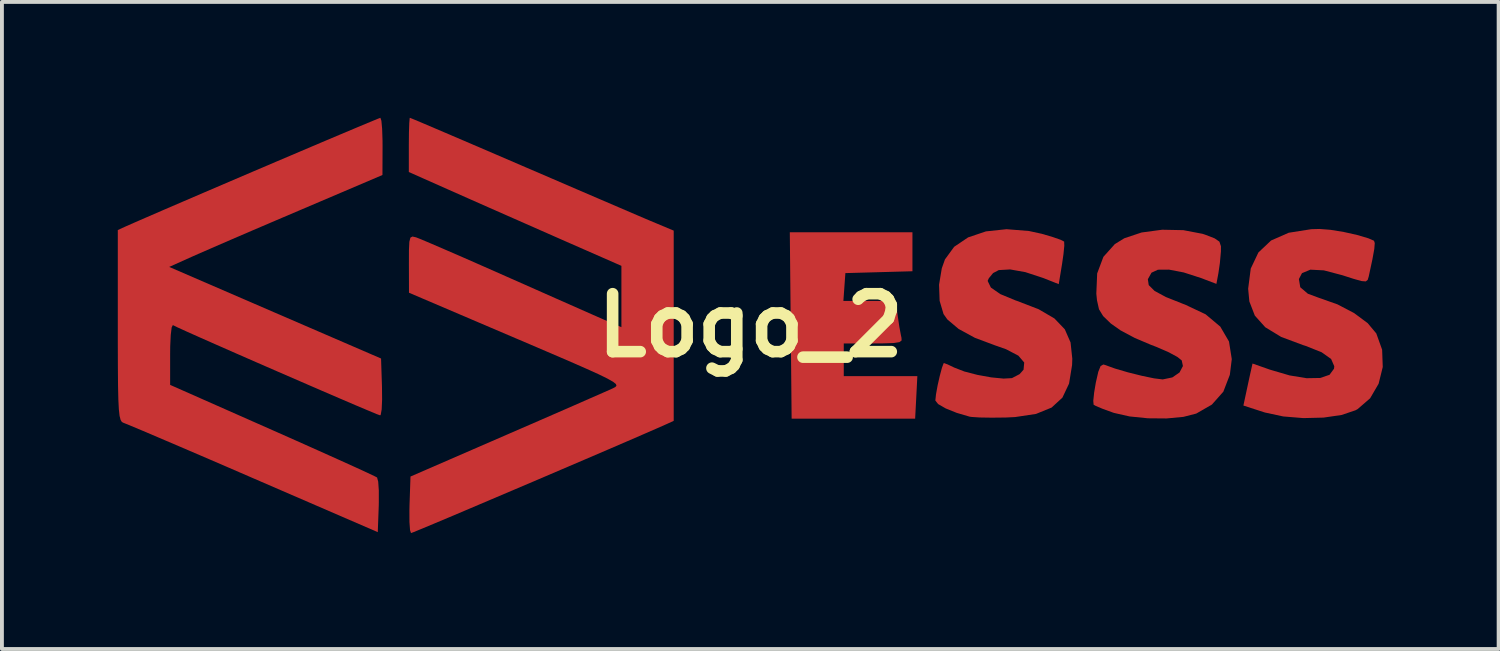
<source format=kicad_pcb>
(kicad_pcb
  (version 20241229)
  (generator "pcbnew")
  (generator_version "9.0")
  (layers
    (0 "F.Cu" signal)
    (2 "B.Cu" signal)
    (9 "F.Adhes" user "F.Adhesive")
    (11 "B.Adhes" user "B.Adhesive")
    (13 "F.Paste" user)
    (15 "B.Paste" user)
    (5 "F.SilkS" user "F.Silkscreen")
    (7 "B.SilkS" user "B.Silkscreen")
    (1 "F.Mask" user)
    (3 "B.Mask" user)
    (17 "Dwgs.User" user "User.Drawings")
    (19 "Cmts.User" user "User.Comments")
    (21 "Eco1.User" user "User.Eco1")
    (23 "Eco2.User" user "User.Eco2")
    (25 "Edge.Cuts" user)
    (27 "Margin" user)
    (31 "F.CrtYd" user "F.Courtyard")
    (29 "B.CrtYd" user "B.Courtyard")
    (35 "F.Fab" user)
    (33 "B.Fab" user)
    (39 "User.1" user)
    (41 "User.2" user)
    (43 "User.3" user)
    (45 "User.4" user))
  (footprint "Logo_2"
    (layer "F.Cu")
    (at 16.383 5.376)
    (property "Reference" "Logo_2" (at 0 0 0) (layer "F.SilkS") (effects (font (size 1.5 1.5) (thickness 0.3))))
    (attr board_only exclude_from_pos_files exclude_from_bom)
    (fp_poly (pts (xy 2.603 -2.413) (xy 4.191 -2.413) (xy 4.191 -1.908) (xy 4.191 -1.403) (xy 3.323 -1.379) (xy 2.455 -1.355) (xy 2.429 -0.995) (xy 2.403 -0.635) (xy 3.08 -0.635) (xy 3.757 -0.635) (xy 3.812 -0.233) (xy 3.853 0.04) (xy 3.894 0.259) (xy 3.907 0.318) (xy 3.911 0.388) (xy 3.855 0.432) (xy 3.709 0.455) (xy 3.443 0.464) (xy 3.181 0.466) (xy 2.413 0.466) (xy 2.413 0.889) (xy 2.413 1.312) (xy 3.365 1.312) (xy 4.318 1.312) (xy 4.29 1.862) (xy 4.261 2.413) (xy 2.662 2.413) (xy 1.063 2.413) (xy 1.04 -0.000052) (xy 1.016 -2.413)) (stroke (width 0) (type solid)) (fill yes) (layer "F.Cu"))
    (fp_poly (pts (xy 15.012 -2.476) (xy 15.358 -2.42) (xy 15.706 -2.342) (xy 15.996 -2.256) (xy 16.141 -2.193) (xy 16.161 -2.133) (xy 16.149 -1.982) (xy 16.101 -1.715) (xy 16.014 -1.31) (xy 16.004 -1.264) (xy 15.978 -1.179) (xy 15.928 -1.14) (xy 15.817 -1.149) (xy 15.611 -1.207) (xy 15.322 -1.3) (xy 14.843 -1.426) (xy 14.495 -1.444) (xy 14.277 -1.354) (xy 14.197 -1.201) (xy 14.232 -0.989) (xy 14.429 -0.821) (xy 14.721 -0.713) (xy 15.195 -0.546) (xy 15.628 -0.319) (xy 15.978 -0.059) (xy 16.201 0.207) (xy 16.352 0.629) (xy 16.368 1.076) (xy 16.261 1.509) (xy 16.041 1.886) (xy 15.719 2.165) (xy 15.663 2.196) (xy 15.303 2.318) (xy 14.835 2.386) (xy 14.313 2.399) (xy 13.79 2.356) (xy 13.32 2.255) (xy 13.281 2.243) (xy 12.76 2.074) (xy 12.837 1.714) (xy 12.895 1.443) (xy 12.945 1.214) (xy 12.955 1.171) (xy 12.996 0.986) (xy 13.445 1.144) (xy 13.956 1.294) (xy 14.396 1.366) (xy 14.747 1.36) (xy 14.99 1.278) (xy 15.106 1.12) (xy 15.113 1.057) (xy 15.031 0.869) (xy 14.785 0.694) (xy 14.372 0.53) (xy 14.302 0.508) (xy 13.737 0.297) (xy 13.326 0.047) (xy 13.056 -0.254) (xy 12.914 -0.621) (xy 12.883 -0.95) (xy 12.95 -1.472) (xy 13.148 -1.889) (xy 13.476 -2.199) (xy 13.933 -2.4) (xy 14.516 -2.492) (xy 14.732 -2.498)) (stroke (width 0) (type solid)) (fill yes) (layer "F.Cu"))
    (fp_poly (pts (xy 7.208 -2.445) (xy 7.539 -2.373) (xy 7.821 -2.29) (xy 8.03 -2.217) (xy 8.119 -2.171) (xy 8.123 -2.065) (xy 8.101 -1.843) (xy 8.065 -1.593) (xy 7.979 -1.069) (xy 7.583 -1.226) (xy 7.115 -1.38) (xy 6.721 -1.45) (xy 6.426 -1.433) (xy 6.279 -1.356) (xy 6.169 -1.222) (xy 6.138 -1.153) (xy 6.222 -0.981) (xy 6.467 -0.811) (xy 6.865 -0.646) (xy 6.9 -0.635) (xy 7.46 -0.419) (xy 7.867 -0.181) (xy 8.136 0.1) (xy 8.285 0.441) (xy 8.33 0.862) (xy 8.324 1.028) (xy 8.246 1.506) (xy 8.074 1.869) (xy 7.793 2.127) (xy 7.39 2.291) (xy 6.85 2.372) (xy 6.608 2.384) (xy 6.245 2.388) (xy 5.933 2.383) (xy 5.72 2.369) (xy 5.673 2.362) (xy 5.339 2.264) (xy 5.053 2.149) (xy 4.855 2.035) (xy 4.784 1.944) (xy 4.801 1.784) (xy 4.843 1.552) (xy 4.899 1.305) (xy 4.955 1.096) (xy 4.998 0.981) (xy 5.007 0.974) (xy 5.102 1.009) (xy 5.276 1.092) (xy 5.534 1.192) (xy 5.873 1.28) (xy 6.232 1.345) (xy 6.552 1.376) (xy 6.767 1.364) (xy 6.965 1.261) (xy 7.068 1.146) (xy 7.085 0.96) (xy 6.934 0.783) (xy 6.613 0.615) (xy 6.33 0.516) (xy 5.807 0.32) (xy 5.387 0.091) (xy 5.095 -0.155) (xy 4.996 -0.295) (xy 4.895 -0.637) (xy 4.88 -1.054) (xy 4.951 -1.479) (xy 5.033 -1.71) (xy 5.271 -2.036) (xy 5.633 -2.28) (xy 6.094 -2.435) (xy 6.628 -2.492)) (stroke (width 0) (type solid)) (fill yes) (layer "F.Cu"))
    (fp_poly (pts (xy 11.205 -2.467) (xy 11.702 -2.372) (xy 11.769 -2.35) (xy 12.015 -2.255) (xy 12.139 -2.169) (xy 12.179 -2.05) (xy 12.178 -1.917) (xy 12.151 -1.615) (xy 12.113 -1.354) (xy 12.061 -1.076) (xy 11.661 -1.228) (xy 11.215 -1.372) (xy 10.834 -1.445) (xy 10.547 -1.443) (xy 10.381 -1.366) (xy 10.286 -1.197) (xy 10.309 -1.044) (xy 10.461 -0.893) (xy 10.754 -0.735) (xy 11.201 -0.557) (xy 11.246 -0.541) (xy 11.782 -0.288) (xy 12.161 0.03) (xy 12.387 0.416) (xy 12.459 0.872) (xy 12.409 1.278) (xy 12.24 1.716) (xy 11.944 2.049) (xy 11.539 2.282) (xy 11.207 2.367) (xy 10.77 2.408) (xy 10.286 2.404) (xy 9.813 2.356) (xy 9.41 2.265) (xy 9.375 2.253) (xy 9.121 2.161) (xy 8.939 2.085) (xy 8.882 2.053) (xy 8.873 1.952) (xy 8.896 1.735) (xy 8.938 1.485) (xy 9.003 1.199) (xy 9.063 1.051) (xy 9.133 1.011) (xy 9.177 1.023) (xy 9.435 1.116) (xy 9.773 1.215) (xy 10.13 1.304) (xy 10.447 1.37) (xy 10.667 1.397) (xy 10.674 1.397) (xy 10.92 1.346) (xy 11.106 1.218) (xy 11.194 1.051) (xy 11.163 0.905) (xy 11.046 0.813) (xy 10.812 0.688) (xy 10.501 0.553) (xy 10.367 0.502) (xy 9.949 0.325) (xy 9.578 0.127) (xy 9.326 -0.051) (xy 9.128 -0.243) (xy 9.021 -0.419) (xy 8.969 -0.652) (xy 8.952 -0.823) (xy 8.974 -1.347) (xy 9.135 -1.776) (xy 9.432 -2.107) (xy 9.678 -2.258) (xy 10.125 -2.407) (xy 10.657 -2.478)) (stroke (width 0) (type solid)) (fill yes) (layer "F.Cu"))
    (fp_poly (pts (xy -9.558 -5.298) (xy -9.539 -5.089) (xy -9.529 -4.787) (xy -9.528 -4.636) (xy -9.531 -3.895) (xy -11.708 -2.967) (xy -12.311 -2.71) (xy -12.893 -2.461) (xy -13.428 -2.231) (xy -13.889 -2.031) (xy -14.247 -1.875) (xy -14.469 -1.777) (xy -15.052 -1.515) (xy -12.31 -0.329) (xy -9.567 0.856) (xy -9.543 1.592) (xy -9.54 1.921) (xy -9.551 2.175) (xy -9.576 2.313) (xy -9.59 2.328) (xy -9.678 2.296) (xy -9.899 2.204) (xy -10.231 2.064) (xy -10.653 1.883) (xy -11.141 1.673) (xy -11.675 1.441) (xy -12.233 1.199) (xy -12.793 0.955) (xy -13.332 0.719) (xy -13.829 0.5) (xy -14.262 0.309) (xy -14.609 0.154) (xy -14.848 0.045) (xy -14.957 -0.009) (xy -14.958 -0.009) (xy -14.988 0.05) (xy -15.012 0.244) (xy -15.026 0.539) (xy -15.028 0.743) (xy -15.028 1.539) (xy -12.383 2.709) (xy -11.756 2.987) (xy -11.179 3.245) (xy -10.669 3.474) (xy -10.244 3.666) (xy -9.924 3.813) (xy -9.727 3.907) (xy -9.67 3.937) (xy -9.641 4.044) (xy -9.625 4.274) (xy -9.625 4.585) (xy -9.627 4.674) (xy -9.652 5.352) (xy -12.869 3.96) (xy -13.566 3.658) (xy -14.218 3.377) (xy -14.808 3.124) (xy -15.319 2.906) (xy -15.734 2.729) (xy -16.035 2.603) (xy -16.206 2.533) (xy -16.235 2.522) (xy -16.278 2.499) (xy -16.311 2.444) (xy -16.337 2.341) (xy -16.356 2.171) (xy -16.369 1.915) (xy -16.377 1.556) (xy -16.381 1.075) (xy -16.383 0.453) (xy -16.383 0.004) (xy -16.383 -2.47) (xy -16.193 -2.557) (xy -15.971 -2.655) (xy -15.634 -2.802) (xy -15.2 -2.99) (xy -14.689 -3.21) (xy -14.121 -3.454) (xy -13.514 -3.714) (xy -12.89 -3.981) (xy -12.266 -4.247) (xy -11.664 -4.503) (xy -11.102 -4.742) (xy -10.6 -4.954) (xy -10.177 -5.132) (xy -9.854 -5.267) (xy -9.65 -5.351) (xy -9.584 -5.376)) (stroke (width 0) (type solid)) (fill yes) (layer "F.Cu"))
    (fp_poly (pts (xy -8.741 -5.344) (xy -8.521 -5.252) (xy -8.181 -5.107) (xy -7.736 -4.917) (xy -7.204 -4.689) (xy -6.601 -4.43) (xy -5.946 -4.148) (xy -5.837 -4.101) (xy -5.153 -3.807) (xy -4.502 -3.526) (xy -3.903 -3.269) (xy -3.377 -3.043) (xy -2.944 -2.857) (xy -2.625 -2.721) (xy -2.439 -2.643) (xy -2.434 -2.641) (xy -1.99 -2.455) (xy -1.99 0.008) (xy -1.99 2.47) (xy -2.18 2.557) (xy -2.408 2.658) (xy -2.75 2.807) (xy -3.189 2.997) (xy -3.704 3.219) (xy -4.275 3.464) (xy -4.883 3.724) (xy -5.509 3.992) (xy -6.132 4.257) (xy -6.734 4.513) (xy -7.294 4.751) (xy -7.794 4.963) (xy -8.213 5.139) (xy -8.532 5.272) (xy -8.732 5.354) (xy -8.792 5.376) (xy -8.817 5.298) (xy -8.832 5.089) (xy -8.833 4.788) (xy -8.83 4.644) (xy -8.805 3.912) (xy -6.308 2.827) (xy -5.688 2.558) (xy -5.11 2.306) (xy -4.592 2.08) (xy -4.157 1.889) (xy -3.824 1.743) (xy -3.615 1.651) (xy -3.563 1.627) (xy -3.502 1.595) (xy -3.472 1.561) (xy -3.486 1.518) (xy -3.559 1.459) (xy -3.704 1.377) (xy -3.934 1.264) (xy -4.264 1.115) (xy -4.707 0.921) (xy -5.277 0.676) (xy -5.987 0.372) (xy -6.08 0.333) (xy -8.844 -0.847) (xy -8.846 -1.593) (xy -8.845 -1.949) (xy -8.835 -2.165) (xy -8.807 -2.273) (xy -8.753 -2.302) (xy -8.665 -2.282) (xy -8.658 -2.28) (xy -8.534 -2.231) (xy -8.277 -2.122) (xy -7.908 -1.963) (xy -7.447 -1.763) (xy -6.917 -1.53) (xy -6.338 -1.274) (xy -6.182 -1.205) (xy -5.588 -0.942) (xy -5.033 -0.696) (xy -4.538 -0.477) (xy -4.126 -0.295) (xy -3.82 -0.16) (xy -3.64 -0.082) (xy -3.62 -0.073) (xy -3.344 0.045) (xy -3.344 -0.749) (xy -3.344 -1.543) (xy -4.932 -2.24) (xy -5.515 -2.497) (xy -6.141 -2.773) (xy -6.758 -3.045) (xy -7.314 -3.291) (xy -7.684 -3.455) (xy -8.848 -3.972) (xy -8.848 -4.674) (xy -8.845 -4.995) (xy -8.837 -5.239) (xy -8.826 -5.366) (xy -8.821 -5.376)) (stroke (width 0) (type solid)) (fill yes) (layer "F.Cu")))
  (gr_rect
    (start -3 -3)
    (end 35.751 13.753)
    (stroke (width 0.1) (type default))
    (fill no)
    (layer "Edge.Cuts")))
</source>
